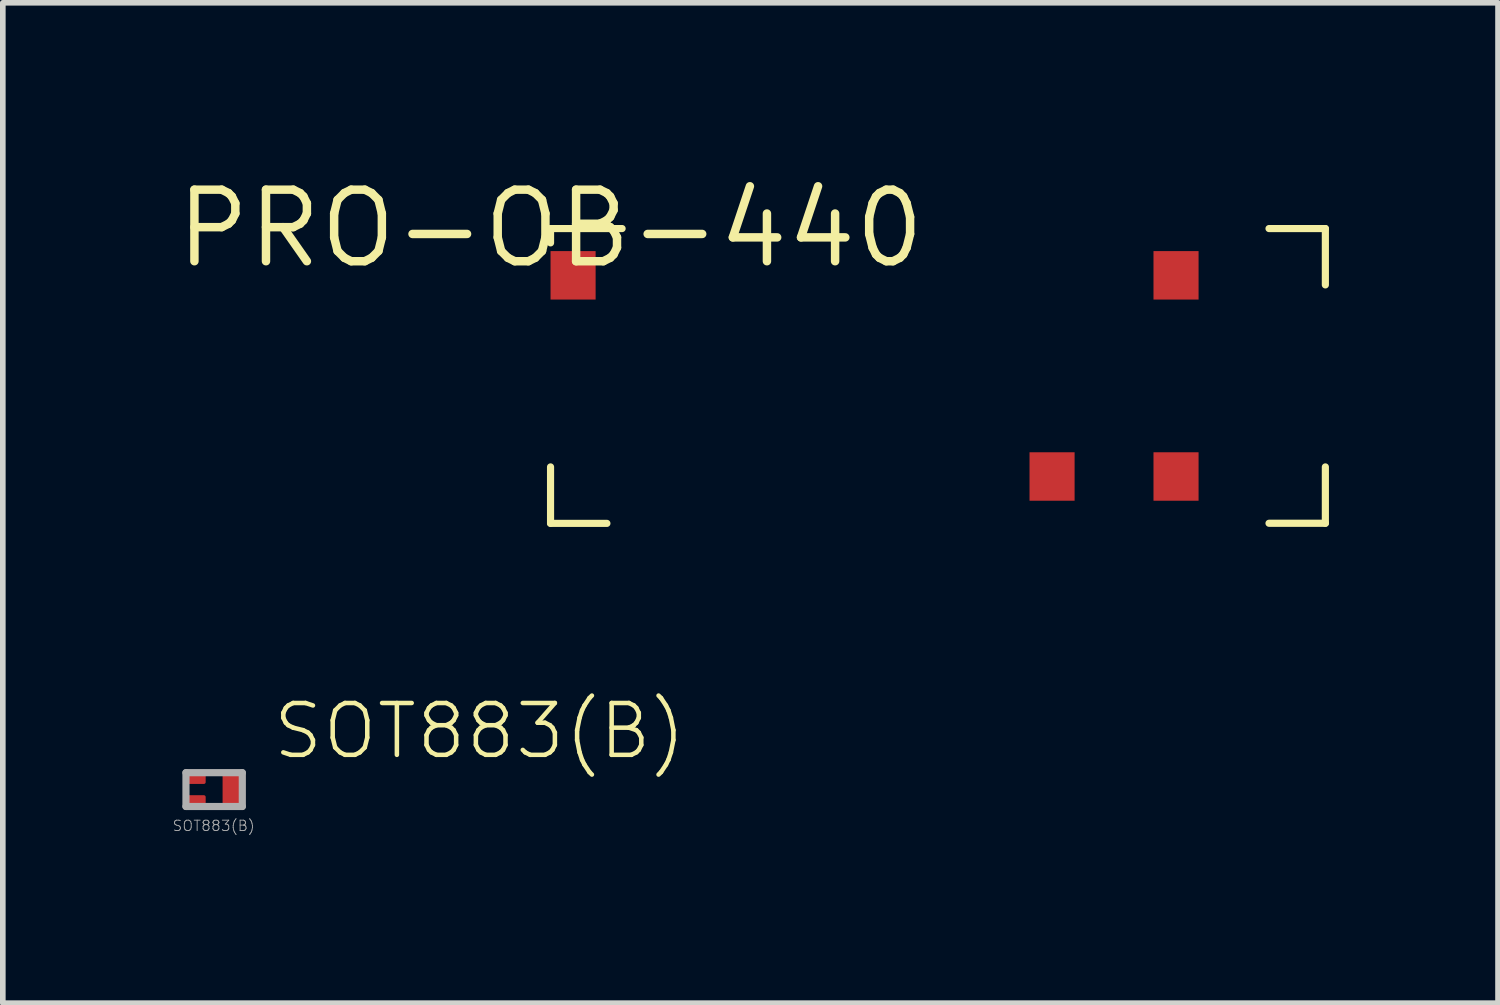
<source format=kicad_pcb>
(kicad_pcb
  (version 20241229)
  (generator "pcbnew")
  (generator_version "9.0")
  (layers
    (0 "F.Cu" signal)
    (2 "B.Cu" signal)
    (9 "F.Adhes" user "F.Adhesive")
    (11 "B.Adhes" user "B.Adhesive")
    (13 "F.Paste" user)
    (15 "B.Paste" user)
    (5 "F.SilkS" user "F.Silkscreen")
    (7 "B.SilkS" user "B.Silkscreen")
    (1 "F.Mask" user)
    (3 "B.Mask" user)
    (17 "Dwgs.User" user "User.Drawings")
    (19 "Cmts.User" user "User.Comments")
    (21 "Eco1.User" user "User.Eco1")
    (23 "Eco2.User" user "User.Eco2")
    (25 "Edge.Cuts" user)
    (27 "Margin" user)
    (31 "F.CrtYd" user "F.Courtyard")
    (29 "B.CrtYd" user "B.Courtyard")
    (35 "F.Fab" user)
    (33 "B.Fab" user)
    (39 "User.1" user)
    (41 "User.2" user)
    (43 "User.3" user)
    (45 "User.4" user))
  (footprint "SOT883(B)"
    (layer "F.Cu")
    (at 0.75 10.962)
    (property "Reference" "SOT883(B)" (at 1 -0.5 0) (layer "F.SilkS") (effects (font (size 0.92 0.92) (thickness 0.08)) (justify left bottom)))
    (fp_poly (pts (xy -0.6 -0.05) (xy -0.1 -0.05) (xy -0.1 -0.4) (xy -0.6 -0.4)) (stroke (width 0) (type default)) (fill yes) (layer "F.Mask"))
    (fp_poly (pts (xy -0.6 0.4) (xy -0.1 0.4) (xy -0.1 0.05) (xy -0.6 0.05)) (stroke (width 0) (type default)) (fill yes) (layer "F.Mask"))
    (fp_poly (pts (xy 0.1 0.4) (xy 0.6 0.4) (xy 0.6 -0.4) (xy 0.1 -0.4)) (stroke (width 0) (type default)) (fill yes) (layer "F.Mask"))
    (fp_poly (pts (xy 0.213 0.3) (xy 0.467 0.3) (xy 0.467 -0.3) (xy 0.213 -0.3)) (stroke (width 0) (type default)) (fill yes) (layer "F.Paste"))
    (fp_poly (pts (xy -0.2 -0.3) (xy -0.2 -0.15) (xy -0.25 -0.1) (xy -0.45 -0.1) (xy -0.5 -0.15) (xy -0.5 -0.3) (xy -0.45 -0.35) (xy -0.25 -0.35)) (stroke (width 0) (type default)) (fill yes) (layer "F.Paste"))
    (fp_poly (pts (xy -0.2 0.15) (xy -0.2 0.3) (xy -0.25 0.35) (xy -0.45 0.35) (xy -0.5 0.3) (xy -0.5 0.15) (xy -0.45 0.1) (xy -0.25 0.1)) (stroke (width 0) (type default)) (fill yes) (layer "F.Paste"))
    (fp_line (start -0.5 -0.3) (end 0.5 -0.3) (stroke (width 0.127) (type solid)) (layer "F.Fab"))
    (fp_line (start -0.5 0.3) (end -0.5 -0.3) (stroke (width 0.127) (type solid)) (layer "F.Fab"))
    (fp_line (start 0.5 -0.3) (end 0.5 0.3) (stroke (width 0.127) (type solid)) (layer "F.Fab"))
    (fp_line (start 0.5 0.3) (end -0.5 0.3) (stroke (width 0.127) (type solid)) (layer "F.Fab"))
    (fp_text user "SOT883(B)" (at -0.75 0.75 0) (layer "F.Fab") (effects (font (size 0.184 0.184) (thickness 0.016)) (justify left bottom)))
    (pad "1" smd roundrect (at -0.35 -0.225) (size 0.4 0.25) (layers "F.Cu") (roundrect_rratio 0.125))
    (pad "2" smd roundrect (at -0.35 0.225) (size 0.4 0.25) (layers "F.Cu") (roundrect_rratio 0.125))
    (pad "3" smd roundrect (at 0.35 0) (size 0.4 0.7) (layers "F.Cu") (roundrect_rratio 0.125)))
  (footprint "PRO-OB-440"
    (layer "F.Cu")
    (at 6.72 1.006)
    (property "Reference" "PRO-OB-440" (at 0 0 0) (layer "F.SilkS") (effects (font (size 1.27 1.27) (thickness 0.15))))
    (fp_line (start 0 0) (end 1.27 0) (stroke (width 0.127) (type solid)) (layer "F.SilkS"))
    (fp_line (start 0 0.254) (end 0 0) (stroke (width 0.127) (type solid)) (layer "F.SilkS"))
    (fp_line (start 0 5.23) (end 0 4.23) (stroke (width 0.127) (type solid)) (layer "F.SilkS"))
    (fp_line (start 0 5.232) (end 1 5.232) (stroke (width 0.127) (type solid)) (layer "F.SilkS"))
    (fp_line (start 13.75 0) (end 12.75 0) (stroke (width 0.127) (type solid)) (layer "F.SilkS"))
    (fp_line (start 13.75 0) (end 13.75 1) (stroke (width 0.127) (type solid)) (layer "F.SilkS"))
    (fp_line (start 13.75 5.23) (end 12.75 5.23) (stroke (width 0.127) (type solid)) (layer "F.SilkS"))
    (fp_line (start 13.75 5.23) (end 13.75 4.23) (stroke (width 0.127) (type solid)) (layer "F.SilkS"))
    (pad "FEED" smd rect (at 8.9 4.4) (size 0.8 0.86) (layers "F.Cu" "F.Mask" "F.Paste"))
    (pad "GND" smd rect (at 11.1 4.4) (size 0.8 0.86) (layers "F.Cu" "F.Mask" "F.Paste"))
    (pad "P$3" smd rect (at 11.1 0.83) (size 0.8 0.86) (layers "F.Cu" "F.Mask" "F.Paste"))
    (pad "P$4" smd rect (at 0.4 0.83) (size 0.8 0.86) (layers "F.Cu" "F.Mask" "F.Paste")))
  (gr_rect
    (start -3 -3)
    (end 23.534 14.752)
    (stroke (width 0.1) (type default))
    (fill no)
    (layer "Edge.Cuts")))
</source>
